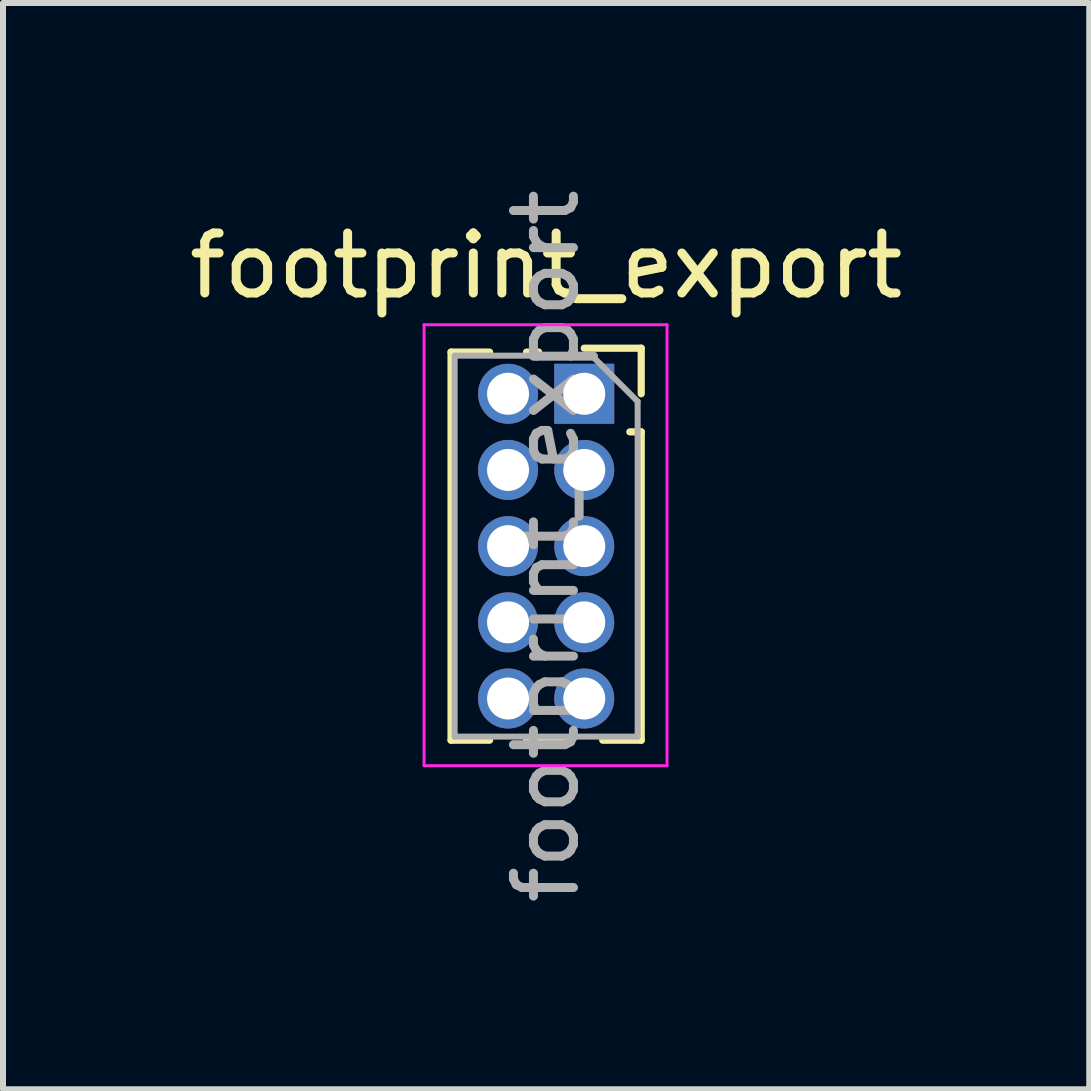
<source format=kicad_pcb>
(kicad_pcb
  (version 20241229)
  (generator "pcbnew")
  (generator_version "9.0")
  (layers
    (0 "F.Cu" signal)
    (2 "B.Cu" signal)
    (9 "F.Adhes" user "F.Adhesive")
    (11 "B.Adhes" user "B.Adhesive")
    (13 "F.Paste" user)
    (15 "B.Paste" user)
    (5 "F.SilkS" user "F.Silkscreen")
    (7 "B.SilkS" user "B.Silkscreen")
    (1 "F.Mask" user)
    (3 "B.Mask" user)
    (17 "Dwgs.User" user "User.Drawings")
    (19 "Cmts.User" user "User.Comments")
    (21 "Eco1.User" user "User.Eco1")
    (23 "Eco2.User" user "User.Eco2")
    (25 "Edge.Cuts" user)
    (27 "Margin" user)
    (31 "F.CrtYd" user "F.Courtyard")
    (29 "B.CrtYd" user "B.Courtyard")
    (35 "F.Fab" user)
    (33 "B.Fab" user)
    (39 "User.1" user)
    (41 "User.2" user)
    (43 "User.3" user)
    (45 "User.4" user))
  (footprint "footprint_export"
    (layer "F.Cu")
    (at 6.689 3.514)
    (property "Reference" "footprint_export" (at -0.635 -2.135 0) (layer "F.SilkS") (effects (font (size 1 1) (thickness 0.15))))
    (attr through_hole)
    (fp_line (start -2.22 -0.695) (end -2.22 5.775) (stroke (width 0.12) (type solid)) (layer "F.SilkS"))
    (fp_line (start -2.22 -0.695) (end -1.578 -0.695) (stroke (width 0.12) (type solid)) (layer "F.SilkS"))
    (fp_line (start -2.22 5.775) (end -1.578 5.775) (stroke (width 0.12) (type solid)) (layer "F.SilkS"))
    (fp_line (start -0.962 -0.695) (end -0.76 -0.695) (stroke (width 0.12) (type solid)) (layer "F.SilkS"))
    (fp_line (start -0.962 5.775) (end -0.308 5.775) (stroke (width 0.12) (type solid)) (layer "F.SilkS"))
    (fp_line (start 0 -0.76) (end 0.95 -0.76) (stroke (width 0.12) (type solid)) (layer "F.SilkS"))
    (fp_line (start 0.308 5.775) (end 0.95 5.775) (stroke (width 0.12) (type solid)) (layer "F.SilkS"))
    (fp_line (start 0.76 0.635) (end 0.95 0.635) (stroke (width 0.12) (type solid)) (layer "F.SilkS"))
    (fp_line (start 0.95 -0.76) (end 0.95 0) (stroke (width 0.12) (type solid)) (layer "F.SilkS"))
    (fp_line (start 0.95 0.635) (end 0.95 5.775) (stroke (width 0.12) (type solid)) (layer "F.SilkS"))
    (fp_line (start -2.67 -1.15) (end 1.38 -1.15) (stroke (width 0.05) (type solid)) (layer "F.CrtYd"))
    (fp_line (start -2.67 6.2) (end -2.67 -1.15) (stroke (width 0.05) (type solid)) (layer "F.CrtYd"))
    (fp_line (start 1.38 -1.15) (end 1.38 6.2) (stroke (width 0.05) (type solid)) (layer "F.CrtYd"))
    (fp_line (start 1.38 6.2) (end -2.67 6.2) (stroke (width 0.05) (type solid)) (layer "F.CrtYd"))
    (fp_line (start -2.16 -0.635) (end 0.128 -0.635) (stroke (width 0.1) (type solid)) (layer "F.Fab"))
    (fp_line (start -2.16 5.715) (end -2.16 -0.635) (stroke (width 0.1) (type solid)) (layer "F.Fab"))
    (fp_line (start 0.128 -0.635) (end 0.89 0.128) (stroke (width 0.1) (type solid)) (layer "F.Fab"))
    (fp_line (start 0.89 0.128) (end 0.89 5.715) (stroke (width 0.1) (type solid)) (layer "F.Fab"))
    (fp_line (start 0.89 5.715) (end -2.16 5.715) (stroke (width 0.1) (type solid)) (layer "F.Fab"))
    (fp_text user "${REFERENCE}" (at -0.635 2.54 90) (layer "F.Fab") (effects (font (size 1 1) (thickness 0.15))))
    (pad "1" thru_hole rect (at 0 0) (size 1 1) (drill 0.7) (layers "*.Cu" "*.Mask"))
    (pad "2" thru_hole oval (at -1.27 0) (size 1 1) (drill 0.7) (layers "*.Cu" "*.Mask"))
    (pad "3" thru_hole oval (at 0 1.27) (size 1 1) (drill 0.7) (layers "*.Cu" "*.Mask"))
    (pad "4" thru_hole oval (at -1.27 1.27) (size 1 1) (drill 0.7) (layers "*.Cu" "*.Mask"))
    (pad "5" thru_hole oval (at 0 2.54) (size 1 1) (drill 0.7) (layers "*.Cu" "*.Mask"))
    (pad "6" thru_hole oval (at -1.27 2.54) (size 1 1) (drill 0.7) (layers "*.Cu" "*.Mask"))
    (pad "7" thru_hole oval (at 0 3.81) (size 1 1) (drill 0.7) (layers "*.Cu" "*.Mask"))
    (pad "8" thru_hole oval (at -1.27 3.81) (size 1 1) (drill 0.7) (layers "*.Cu" "*.Mask"))
    (pad "9" thru_hole oval (at 0 5.08) (size 1 1) (drill 0.7) (layers "*.Cu" "*.Mask"))
    (pad "10" thru_hole oval (at -1.27 5.08) (size 1 1) (drill 0.7) (layers "*.Cu" "*.Mask")))
  (gr_rect
    (start -3 -3)
    (end 15.107 15.107)
    (stroke (width 0.1) (type default))
    (fill no)
    (layer "Edge.Cuts")))
</source>
